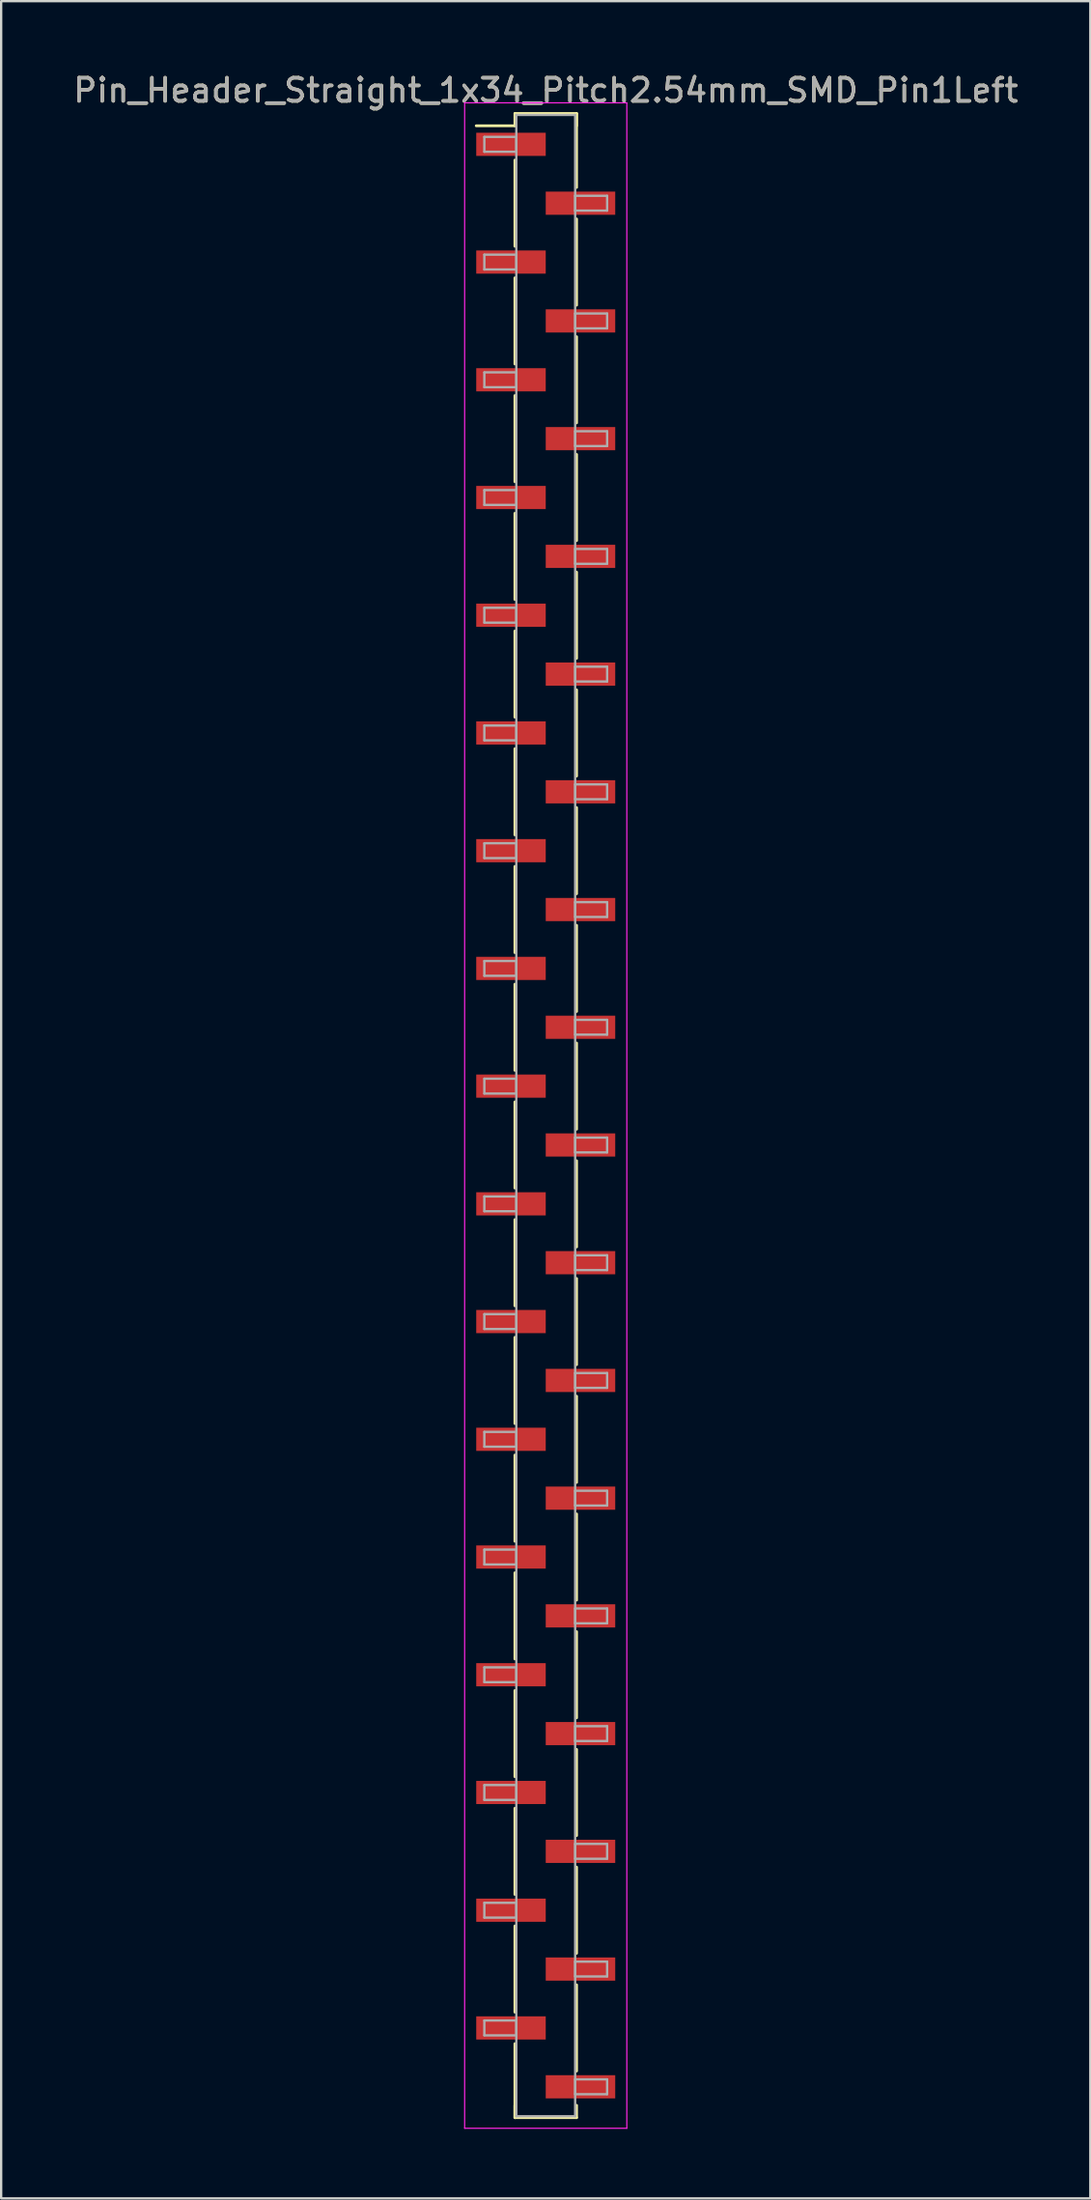
<source format=kicad_pcb>
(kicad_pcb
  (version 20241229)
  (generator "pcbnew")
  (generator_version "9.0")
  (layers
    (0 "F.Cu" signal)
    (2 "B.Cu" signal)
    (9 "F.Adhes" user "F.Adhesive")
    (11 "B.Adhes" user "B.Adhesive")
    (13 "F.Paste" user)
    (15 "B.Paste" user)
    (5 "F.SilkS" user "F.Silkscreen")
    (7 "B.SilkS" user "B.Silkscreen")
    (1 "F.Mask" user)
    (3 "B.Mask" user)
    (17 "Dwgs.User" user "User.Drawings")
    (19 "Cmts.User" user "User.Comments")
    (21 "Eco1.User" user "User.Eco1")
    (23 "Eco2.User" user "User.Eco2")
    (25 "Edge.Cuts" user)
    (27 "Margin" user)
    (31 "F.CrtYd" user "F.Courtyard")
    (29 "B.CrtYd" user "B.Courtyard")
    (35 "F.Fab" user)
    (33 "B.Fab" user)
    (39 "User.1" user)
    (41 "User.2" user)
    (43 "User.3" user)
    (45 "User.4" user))
  (footprint "Pin_Header_Straight_1x34_Pitch2.54mm_SMD_Pin1Left"
    (layer "F.Cu")
    (at 20.506 45.088)
    (property "Reference" "Pin_Header_Straight_1x34_Pitch2.54mm_SMD_Pin1Left" (at 0 -44.24 0) (layer "F.SilkS") (effects (font (size 1 1) (thickness 0.15))))
    (attr smd)
    (fp_line (start -1.33 -43.24) (end 1.33 -43.24) (stroke (width 0.12) (type solid)) (layer "F.SilkS"))
    (fp_line (start -1.33 -42.71) (end -3 -42.71) (stroke (width 0.12) (type solid)) (layer "F.SilkS"))
    (fp_line (start -1.33 -42.71) (end -1.33 -43.24) (stroke (width 0.12) (type solid)) (layer "F.SilkS"))
    (fp_line (start -1.33 -41.23) (end -1.33 -37.51) (stroke (width 0.12) (type solid)) (layer "F.SilkS"))
    (fp_line (start -1.33 -36.15) (end -1.33 -32.43) (stroke (width 0.12) (type solid)) (layer "F.SilkS"))
    (fp_line (start -1.33 -31.07) (end -1.33 -27.35) (stroke (width 0.12) (type solid)) (layer "F.SilkS"))
    (fp_line (start -1.33 -25.99) (end -1.33 -22.27) (stroke (width 0.12) (type solid)) (layer "F.SilkS"))
    (fp_line (start -1.33 -20.91) (end -1.33 -17.19) (stroke (width 0.12) (type solid)) (layer "F.SilkS"))
    (fp_line (start -1.33 -15.83) (end -1.33 -12.11) (stroke (width 0.12) (type solid)) (layer "F.SilkS"))
    (fp_line (start -1.33 -10.75) (end -1.33 -7.03) (stroke (width 0.12) (type solid)) (layer "F.SilkS"))
    (fp_line (start -1.33 -5.67) (end -1.33 -1.95) (stroke (width 0.12) (type solid)) (layer "F.SilkS"))
    (fp_line (start -1.33 -0.59) (end -1.33 3.13) (stroke (width 0.12) (type solid)) (layer "F.SilkS"))
    (fp_line (start -1.33 4.49) (end -1.33 8.21) (stroke (width 0.12) (type solid)) (layer "F.SilkS"))
    (fp_line (start -1.33 9.57) (end -1.33 13.29) (stroke (width 0.12) (type solid)) (layer "F.SilkS"))
    (fp_line (start -1.33 14.65) (end -1.33 18.37) (stroke (width 0.12) (type solid)) (layer "F.SilkS"))
    (fp_line (start -1.33 19.73) (end -1.33 23.45) (stroke (width 0.12) (type solid)) (layer "F.SilkS"))
    (fp_line (start -1.33 24.81) (end -1.33 28.53) (stroke (width 0.12) (type solid)) (layer "F.SilkS"))
    (fp_line (start -1.33 29.89) (end -1.33 33.61) (stroke (width 0.12) (type solid)) (layer "F.SilkS"))
    (fp_line (start -1.33 34.97) (end -1.33 38.69) (stroke (width 0.12) (type solid)) (layer "F.SilkS"))
    (fp_line (start -1.33 40.05) (end -1.33 43.24) (stroke (width 0.12) (type solid)) (layer "F.SilkS"))
    (fp_line (start -1.33 42.71) (end -1.33 43.24) (stroke (width 0.12) (type solid)) (layer "F.SilkS"))
    (fp_line (start -1.33 43.24) (end 1.33 43.24) (stroke (width 0.12) (type solid)) (layer "F.SilkS"))
    (fp_line (start 1.33 -43.24) (end 1.33 -42.71) (stroke (width 0.12) (type solid)) (layer "F.SilkS"))
    (fp_line (start 1.33 -43.24) (end 1.33 -40.05) (stroke (width 0.12) (type solid)) (layer "F.SilkS"))
    (fp_line (start 1.33 -38.69) (end 1.33 -34.97) (stroke (width 0.12) (type solid)) (layer "F.SilkS"))
    (fp_line (start 1.33 -33.61) (end 1.33 -29.89) (stroke (width 0.12) (type solid)) (layer "F.SilkS"))
    (fp_line (start 1.33 -28.53) (end 1.33 -24.81) (stroke (width 0.12) (type solid)) (layer "F.SilkS"))
    (fp_line (start 1.33 -23.45) (end 1.33 -19.73) (stroke (width 0.12) (type solid)) (layer "F.SilkS"))
    (fp_line (start 1.33 -18.37) (end 1.33 -14.65) (stroke (width 0.12) (type solid)) (layer "F.SilkS"))
    (fp_line (start 1.33 -13.29) (end 1.33 -9.57) (stroke (width 0.12) (type solid)) (layer "F.SilkS"))
    (fp_line (start 1.33 -8.21) (end 1.33 -4.49) (stroke (width 0.12) (type solid)) (layer "F.SilkS"))
    (fp_line (start 1.33 -3.13) (end 1.33 0.59) (stroke (width 0.12) (type solid)) (layer "F.SilkS"))
    (fp_line (start 1.33 1.95) (end 1.33 5.67) (stroke (width 0.12) (type solid)) (layer "F.SilkS"))
    (fp_line (start 1.33 7.03) (end 1.33 10.75) (stroke (width 0.12) (type solid)) (layer "F.SilkS"))
    (fp_line (start 1.33 12.11) (end 1.33 15.83) (stroke (width 0.12) (type solid)) (layer "F.SilkS"))
    (fp_line (start 1.33 17.19) (end 1.33 20.91) (stroke (width 0.12) (type solid)) (layer "F.SilkS"))
    (fp_line (start 1.33 22.27) (end 1.33 25.99) (stroke (width 0.12) (type solid)) (layer "F.SilkS"))
    (fp_line (start 1.33 27.35) (end 1.33 31.07) (stroke (width 0.12) (type solid)) (layer "F.SilkS"))
    (fp_line (start 1.33 32.43) (end 1.33 36.15) (stroke (width 0.12) (type solid)) (layer "F.SilkS"))
    (fp_line (start 1.33 37.51) (end 1.33 41.23) (stroke (width 0.12) (type solid)) (layer "F.SilkS"))
    (fp_line (start 1.33 43.24) (end 1.33 42.71) (stroke (width 0.12) (type solid)) (layer "F.SilkS"))
    (fp_line (start -3.5 -43.7) (end -3.5 43.7) (stroke (width 0.05) (type solid)) (layer "F.CrtYd"))
    (fp_line (start -3.5 43.7) (end 3.5 43.7) (stroke (width 0.05) (type solid)) (layer "F.CrtYd"))
    (fp_line (start 3.5 -43.7) (end -3.5 -43.7) (stroke (width 0.05) (type solid)) (layer "F.CrtYd"))
    (fp_line (start 3.5 43.7) (end 3.5 -43.7) (stroke (width 0.05) (type solid)) (layer "F.CrtYd"))
    (fp_line (start -2.65 -42.23) (end -1.27 -42.23) (stroke (width 0.1) (type solid)) (layer "F.Fab"))
    (fp_line (start -2.65 -41.59) (end -2.65 -42.23) (stroke (width 0.1) (type solid)) (layer "F.Fab"))
    (fp_line (start -2.65 -37.15) (end -1.27 -37.15) (stroke (width 0.1) (type solid)) (layer "F.Fab"))
    (fp_line (start -2.65 -36.51) (end -2.65 -37.15) (stroke (width 0.1) (type solid)) (layer "F.Fab"))
    (fp_line (start -2.65 -32.07) (end -1.27 -32.07) (stroke (width 0.1) (type solid)) (layer "F.Fab"))
    (fp_line (start -2.65 -31.43) (end -2.65 -32.07) (stroke (width 0.1) (type solid)) (layer "F.Fab"))
    (fp_line (start -2.65 -26.99) (end -1.27 -26.99) (stroke (width 0.1) (type solid)) (layer "F.Fab"))
    (fp_line (start -2.65 -26.35) (end -2.65 -26.99) (stroke (width 0.1) (type solid)) (layer "F.Fab"))
    (fp_line (start -2.65 -21.91) (end -1.27 -21.91) (stroke (width 0.1) (type solid)) (layer "F.Fab"))
    (fp_line (start -2.65 -21.27) (end -2.65 -21.91) (stroke (width 0.1) (type solid)) (layer "F.Fab"))
    (fp_line (start -2.65 -16.83) (end -1.27 -16.83) (stroke (width 0.1) (type solid)) (layer "F.Fab"))
    (fp_line (start -2.65 -16.19) (end -2.65 -16.83) (stroke (width 0.1) (type solid)) (layer "F.Fab"))
    (fp_line (start -2.65 -11.75) (end -1.27 -11.75) (stroke (width 0.1) (type solid)) (layer "F.Fab"))
    (fp_line (start -2.65 -11.11) (end -2.65 -11.75) (stroke (width 0.1) (type solid)) (layer "F.Fab"))
    (fp_line (start -2.65 -6.67) (end -1.27 -6.67) (stroke (width 0.1) (type solid)) (layer "F.Fab"))
    (fp_line (start -2.65 -6.03) (end -2.65 -6.67) (stroke (width 0.1) (type solid)) (layer "F.Fab"))
    (fp_line (start -2.65 -1.59) (end -1.27 -1.59) (stroke (width 0.1) (type solid)) (layer "F.Fab"))
    (fp_line (start -2.65 -0.95) (end -2.65 -1.59) (stroke (width 0.1) (type solid)) (layer "F.Fab"))
    (fp_line (start -2.65 3.49) (end -1.27 3.49) (stroke (width 0.1) (type solid)) (layer "F.Fab"))
    (fp_line (start -2.65 4.13) (end -2.65 3.49) (stroke (width 0.1) (type solid)) (layer "F.Fab"))
    (fp_line (start -2.65 8.57) (end -1.27 8.57) (stroke (width 0.1) (type solid)) (layer "F.Fab"))
    (fp_line (start -2.65 9.21) (end -2.65 8.57) (stroke (width 0.1) (type solid)) (layer "F.Fab"))
    (fp_line (start -2.65 13.65) (end -1.27 13.65) (stroke (width 0.1) (type solid)) (layer "F.Fab"))
    (fp_line (start -2.65 14.29) (end -2.65 13.65) (stroke (width 0.1) (type solid)) (layer "F.Fab"))
    (fp_line (start -2.65 18.73) (end -1.27 18.73) (stroke (width 0.1) (type solid)) (layer "F.Fab"))
    (fp_line (start -2.65 19.37) (end -2.65 18.73) (stroke (width 0.1) (type solid)) (layer "F.Fab"))
    (fp_line (start -2.65 23.81) (end -1.27 23.81) (stroke (width 0.1) (type solid)) (layer "F.Fab"))
    (fp_line (start -2.65 24.45) (end -2.65 23.81) (stroke (width 0.1) (type solid)) (layer "F.Fab"))
    (fp_line (start -2.65 28.89) (end -1.27 28.89) (stroke (width 0.1) (type solid)) (layer "F.Fab"))
    (fp_line (start -2.65 29.53) (end -2.65 28.89) (stroke (width 0.1) (type solid)) (layer "F.Fab"))
    (fp_line (start -2.65 33.97) (end -1.27 33.97) (stroke (width 0.1) (type solid)) (layer "F.Fab"))
    (fp_line (start -2.65 34.61) (end -2.65 33.97) (stroke (width 0.1) (type solid)) (layer "F.Fab"))
    (fp_line (start -2.65 39.05) (end -1.27 39.05) (stroke (width 0.1) (type solid)) (layer "F.Fab"))
    (fp_line (start -2.65 39.69) (end -2.65 39.05) (stroke (width 0.1) (type solid)) (layer "F.Fab"))
    (fp_line (start -1.27 -43.18) (end -1.27 43.18) (stroke (width 0.1) (type solid)) (layer "F.Fab"))
    (fp_line (start -1.27 -42.23) (end -1.27 -41.59) (stroke (width 0.1) (type solid)) (layer "F.Fab"))
    (fp_line (start -1.27 -41.59) (end -2.65 -41.59) (stroke (width 0.1) (type solid)) (layer "F.Fab"))
    (fp_line (start -1.27 -37.15) (end -1.27 -36.51) (stroke (width 0.1) (type solid)) (layer "F.Fab"))
    (fp_line (start -1.27 -36.51) (end -2.65 -36.51) (stroke (width 0.1) (type solid)) (layer "F.Fab"))
    (fp_line (start -1.27 -32.07) (end -1.27 -31.43) (stroke (width 0.1) (type solid)) (layer "F.Fab"))
    (fp_line (start -1.27 -31.43) (end -2.65 -31.43) (stroke (width 0.1) (type solid)) (layer "F.Fab"))
    (fp_line (start -1.27 -26.99) (end -1.27 -26.35) (stroke (width 0.1) (type solid)) (layer "F.Fab"))
    (fp_line (start -1.27 -26.35) (end -2.65 -26.35) (stroke (width 0.1) (type solid)) (layer "F.Fab"))
    (fp_line (start -1.27 -21.91) (end -1.27 -21.27) (stroke (width 0.1) (type solid)) (layer "F.Fab"))
    (fp_line (start -1.27 -21.27) (end -2.65 -21.27) (stroke (width 0.1) (type solid)) (layer "F.Fab"))
    (fp_line (start -1.27 -16.83) (end -1.27 -16.19) (stroke (width 0.1) (type solid)) (layer "F.Fab"))
    (fp_line (start -1.27 -16.19) (end -2.65 -16.19) (stroke (width 0.1) (type solid)) (layer "F.Fab"))
    (fp_line (start -1.27 -11.75) (end -1.27 -11.11) (stroke (width 0.1) (type solid)) (layer "F.Fab"))
    (fp_line (start -1.27 -11.11) (end -2.65 -11.11) (stroke (width 0.1) (type solid)) (layer "F.Fab"))
    (fp_line (start -1.27 -6.67) (end -1.27 -6.03) (stroke (width 0.1) (type solid)) (layer "F.Fab"))
    (fp_line (start -1.27 -6.03) (end -2.65 -6.03) (stroke (width 0.1) (type solid)) (layer "F.Fab"))
    (fp_line (start -1.27 -1.59) (end -1.27 -0.95) (stroke (width 0.1) (type solid)) (layer "F.Fab"))
    (fp_line (start -1.27 -0.95) (end -2.65 -0.95) (stroke (width 0.1) (type solid)) (layer "F.Fab"))
    (fp_line (start -1.27 3.49) (end -1.27 4.13) (stroke (width 0.1) (type solid)) (layer "F.Fab"))
    (fp_line (start -1.27 4.13) (end -2.65 4.13) (stroke (width 0.1) (type solid)) (layer "F.Fab"))
    (fp_line (start -1.27 8.57) (end -1.27 9.21) (stroke (width 0.1) (type solid)) (layer "F.Fab"))
    (fp_line (start -1.27 9.21) (end -2.65 9.21) (stroke (width 0.1) (type solid)) (layer "F.Fab"))
    (fp_line (start -1.27 13.65) (end -1.27 14.29) (stroke (width 0.1) (type solid)) (layer "F.Fab"))
    (fp_line (start -1.27 14.29) (end -2.65 14.29) (stroke (width 0.1) (type solid)) (layer "F.Fab"))
    (fp_line (start -1.27 18.73) (end -1.27 19.37) (stroke (width 0.1) (type solid)) (layer "F.Fab"))
    (fp_line (start -1.27 19.37) (end -2.65 19.37) (stroke (width 0.1) (type solid)) (layer "F.Fab"))
    (fp_line (start -1.27 23.81) (end -1.27 24.45) (stroke (width 0.1) (type solid)) (layer "F.Fab"))
    (fp_line (start -1.27 24.45) (end -2.65 24.45) (stroke (width 0.1) (type solid)) (layer "F.Fab"))
    (fp_line (start -1.27 28.89) (end -1.27 29.53) (stroke (width 0.1) (type solid)) (layer "F.Fab"))
    (fp_line (start -1.27 29.53) (end -2.65 29.53) (stroke (width 0.1) (type solid)) (layer "F.Fab"))
    (fp_line (start -1.27 33.97) (end -1.27 34.61) (stroke (width 0.1) (type solid)) (layer "F.Fab"))
    (fp_line (start -1.27 34.61) (end -2.65 34.61) (stroke (width 0.1) (type solid)) (layer "F.Fab"))
    (fp_line (start -1.27 39.05) (end -1.27 39.69) (stroke (width 0.1) (type solid)) (layer "F.Fab"))
    (fp_line (start -1.27 39.69) (end -2.65 39.69) (stroke (width 0.1) (type solid)) (layer "F.Fab"))
    (fp_line (start -1.27 43.18) (end 1.27 43.18) (stroke (width 0.1) (type solid)) (layer "F.Fab"))
    (fp_line (start 1.27 -43.18) (end -1.27 -43.18) (stroke (width 0.1) (type solid)) (layer "F.Fab"))
    (fp_line (start 1.27 -39.69) (end 1.27 -39.05) (stroke (width 0.1) (type solid)) (layer "F.Fab"))
    (fp_line (start 1.27 -39.05) (end 2.65 -39.05) (stroke (width 0.1) (type solid)) (layer "F.Fab"))
    (fp_line (start 1.27 -34.61) (end 1.27 -33.97) (stroke (width 0.1) (type solid)) (layer "F.Fab"))
    (fp_line (start 1.27 -33.97) (end 2.65 -33.97) (stroke (width 0.1) (type solid)) (layer "F.Fab"))
    (fp_line (start 1.27 -29.53) (end 1.27 -28.89) (stroke (width 0.1) (type solid)) (layer "F.Fab"))
    (fp_line (start 1.27 -28.89) (end 2.65 -28.89) (stroke (width 0.1) (type solid)) (layer "F.Fab"))
    (fp_line (start 1.27 -24.45) (end 1.27 -23.81) (stroke (width 0.1) (type solid)) (layer "F.Fab"))
    (fp_line (start 1.27 -23.81) (end 2.65 -23.81) (stroke (width 0.1) (type solid)) (layer "F.Fab"))
    (fp_line (start 1.27 -19.37) (end 1.27 -18.73) (stroke (width 0.1) (type solid)) (layer "F.Fab"))
    (fp_line (start 1.27 -18.73) (end 2.65 -18.73) (stroke (width 0.1) (type solid)) (layer "F.Fab"))
    (fp_line (start 1.27 -14.29) (end 1.27 -13.65) (stroke (width 0.1) (type solid)) (layer "F.Fab"))
    (fp_line (start 1.27 -13.65) (end 2.65 -13.65) (stroke (width 0.1) (type solid)) (layer "F.Fab"))
    (fp_line (start 1.27 -9.21) (end 1.27 -8.57) (stroke (width 0.1) (type solid)) (layer "F.Fab"))
    (fp_line (start 1.27 -8.57) (end 2.65 -8.57) (stroke (width 0.1) (type solid)) (layer "F.Fab"))
    (fp_line (start 1.27 -4.13) (end 1.27 -3.49) (stroke (width 0.1) (type solid)) (layer "F.Fab"))
    (fp_line (start 1.27 -3.49) (end 2.65 -3.49) (stroke (width 0.1) (type solid)) (layer "F.Fab"))
    (fp_line (start 1.27 0.95) (end 1.27 1.59) (stroke (width 0.1) (type solid)) (layer "F.Fab"))
    (fp_line (start 1.27 1.59) (end 2.65 1.59) (stroke (width 0.1) (type solid)) (layer "F.Fab"))
    (fp_line (start 1.27 6.03) (end 1.27 6.67) (stroke (width 0.1) (type solid)) (layer "F.Fab"))
    (fp_line (start 1.27 6.67) (end 2.65 6.67) (stroke (width 0.1) (type solid)) (layer "F.Fab"))
    (fp_line (start 1.27 11.11) (end 1.27 11.75) (stroke (width 0.1) (type solid)) (layer "F.Fab"))
    (fp_line (start 1.27 11.75) (end 2.65 11.75) (stroke (width 0.1) (type solid)) (layer "F.Fab"))
    (fp_line (start 1.27 16.19) (end 1.27 16.83) (stroke (width 0.1) (type solid)) (layer "F.Fab"))
    (fp_line (start 1.27 16.83) (end 2.65 16.83) (stroke (width 0.1) (type solid)) (layer "F.Fab"))
    (fp_line (start 1.27 21.27) (end 1.27 21.91) (stroke (width 0.1) (type solid)) (layer "F.Fab"))
    (fp_line (start 1.27 21.91) (end 2.65 21.91) (stroke (width 0.1) (type solid)) (layer "F.Fab"))
    (fp_line (start 1.27 26.35) (end 1.27 26.99) (stroke (width 0.1) (type solid)) (layer "F.Fab"))
    (fp_line (start 1.27 26.99) (end 2.65 26.99) (stroke (width 0.1) (type solid)) (layer "F.Fab"))
    (fp_line (start 1.27 31.43) (end 1.27 32.07) (stroke (width 0.1) (type solid)) (layer "F.Fab"))
    (fp_line (start 1.27 32.07) (end 2.65 32.07) (stroke (width 0.1) (type solid)) (layer "F.Fab"))
    (fp_line (start 1.27 36.51) (end 1.27 37.15) (stroke (width 0.1) (type solid)) (layer "F.Fab"))
    (fp_line (start 1.27 37.15) (end 2.65 37.15) (stroke (width 0.1) (type solid)) (layer "F.Fab"))
    (fp_line (start 1.27 41.59) (end 1.27 42.23) (stroke (width 0.1) (type solid)) (layer "F.Fab"))
    (fp_line (start 1.27 42.23) (end 2.65 42.23) (stroke (width 0.1) (type solid)) (layer "F.Fab"))
    (fp_line (start 1.27 43.18) (end 1.27 -43.18) (stroke (width 0.1) (type solid)) (layer "F.Fab"))
    (fp_line (start 2.65 -39.69) (end 1.27 -39.69) (stroke (width 0.1) (type solid)) (layer "F.Fab"))
    (fp_line (start 2.65 -39.05) (end 2.65 -39.69) (stroke (width 0.1) (type solid)) (layer "F.Fab"))
    (fp_line (start 2.65 -34.61) (end 1.27 -34.61) (stroke (width 0.1) (type solid)) (layer "F.Fab"))
    (fp_line (start 2.65 -33.97) (end 2.65 -34.61) (stroke (width 0.1) (type solid)) (layer "F.Fab"))
    (fp_line (start 2.65 -29.53) (end 1.27 -29.53) (stroke (width 0.1) (type solid)) (layer "F.Fab"))
    (fp_line (start 2.65 -28.89) (end 2.65 -29.53) (stroke (width 0.1) (type solid)) (layer "F.Fab"))
    (fp_line (start 2.65 -24.45) (end 1.27 -24.45) (stroke (width 0.1) (type solid)) (layer "F.Fab"))
    (fp_line (start 2.65 -23.81) (end 2.65 -24.45) (stroke (width 0.1) (type solid)) (layer "F.Fab"))
    (fp_line (start 2.65 -19.37) (end 1.27 -19.37) (stroke (width 0.1) (type solid)) (layer "F.Fab"))
    (fp_line (start 2.65 -18.73) (end 2.65 -19.37) (stroke (width 0.1) (type solid)) (layer "F.Fab"))
    (fp_line (start 2.65 -14.29) (end 1.27 -14.29) (stroke (width 0.1) (type solid)) (layer "F.Fab"))
    (fp_line (start 2.65 -13.65) (end 2.65 -14.29) (stroke (width 0.1) (type solid)) (layer "F.Fab"))
    (fp_line (start 2.65 -9.21) (end 1.27 -9.21) (stroke (width 0.1) (type solid)) (layer "F.Fab"))
    (fp_line (start 2.65 -8.57) (end 2.65 -9.21) (stroke (width 0.1) (type solid)) (layer "F.Fab"))
    (fp_line (start 2.65 -4.13) (end 1.27 -4.13) (stroke (width 0.1) (type solid)) (layer "F.Fab"))
    (fp_line (start 2.65 -3.49) (end 2.65 -4.13) (stroke (width 0.1) (type solid)) (layer "F.Fab"))
    (fp_line (start 2.65 0.95) (end 1.27 0.95) (stroke (width 0.1) (type solid)) (layer "F.Fab"))
    (fp_line (start 2.65 1.59) (end 2.65 0.95) (stroke (width 0.1) (type solid)) (layer "F.Fab"))
    (fp_line (start 2.65 6.03) (end 1.27 6.03) (stroke (width 0.1) (type solid)) (layer "F.Fab"))
    (fp_line (start 2.65 6.67) (end 2.65 6.03) (stroke (width 0.1) (type solid)) (layer "F.Fab"))
    (fp_line (start 2.65 11.11) (end 1.27 11.11) (stroke (width 0.1) (type solid)) (layer "F.Fab"))
    (fp_line (start 2.65 11.75) (end 2.65 11.11) (stroke (width 0.1) (type solid)) (layer "F.Fab"))
    (fp_line (start 2.65 16.19) (end 1.27 16.19) (stroke (width 0.1) (type solid)) (layer "F.Fab"))
    (fp_line (start 2.65 16.83) (end 2.65 16.19) (stroke (width 0.1) (type solid)) (layer "F.Fab"))
    (fp_line (start 2.65 21.27) (end 1.27 21.27) (stroke (width 0.1) (type solid)) (layer "F.Fab"))
    (fp_line (start 2.65 21.91) (end 2.65 21.27) (stroke (width 0.1) (type solid)) (layer "F.Fab"))
    (fp_line (start 2.65 26.35) (end 1.27 26.35) (stroke (width 0.1) (type solid)) (layer "F.Fab"))
    (fp_line (start 2.65 26.99) (end 2.65 26.35) (stroke (width 0.1) (type solid)) (layer "F.Fab"))
    (fp_line (start 2.65 31.43) (end 1.27 31.43) (stroke (width 0.1) (type solid)) (layer "F.Fab"))
    (fp_line (start 2.65 32.07) (end 2.65 31.43) (stroke (width 0.1) (type solid)) (layer "F.Fab"))
    (fp_line (start 2.65 36.51) (end 1.27 36.51) (stroke (width 0.1) (type solid)) (layer "F.Fab"))
    (fp_line (start 2.65 37.15) (end 2.65 36.51) (stroke (width 0.1) (type solid)) (layer "F.Fab"))
    (fp_line (start 2.65 41.59) (end 1.27 41.59) (stroke (width 0.1) (type solid)) (layer "F.Fab"))
    (fp_line (start 2.65 42.23) (end 2.65 41.59) (stroke (width 0.1) (type solid)) (layer "F.Fab"))
    (fp_text user "${REFERENCE}" (at 0 -44.24 0) (layer "F.Fab") (effects (font (size 1 1) (thickness 0.15))))
    (pad "1" smd rect (at -1.5 -41.91) (size 3 1) (layers "F.Cu" "F.Mask" "F.Paste"))
    (pad "2" smd rect (at 1.5 -39.37) (size 3 1) (layers "F.Cu" "F.Mask" "F.Paste"))
    (pad "3" smd rect (at -1.5 -36.83) (size 3 1) (layers "F.Cu" "F.Mask" "F.Paste"))
    (pad "4" smd rect (at 1.5 -34.29) (size 3 1) (layers "F.Cu" "F.Mask" "F.Paste"))
    (pad "5" smd rect (at -1.5 -31.75) (size 3 1) (layers "F.Cu" "F.Mask" "F.Paste"))
    (pad "6" smd rect (at 1.5 -29.21) (size 3 1) (layers "F.Cu" "F.Mask" "F.Paste"))
    (pad "7" smd rect (at -1.5 -26.67) (size 3 1) (layers "F.Cu" "F.Mask" "F.Paste"))
    (pad "8" smd rect (at 1.5 -24.13) (size 3 1) (layers "F.Cu" "F.Mask" "F.Paste"))
    (pad "9" smd rect (at -1.5 -21.59) (size 3 1) (layers "F.Cu" "F.Mask" "F.Paste"))
    (pad "10" smd rect (at 1.5 -19.05) (size 3 1) (layers "F.Cu" "F.Mask" "F.Paste"))
    (pad "11" smd rect (at -1.5 -16.51) (size 3 1) (layers "F.Cu" "F.Mask" "F.Paste"))
    (pad "12" smd rect (at 1.5 -13.97) (size 3 1) (layers "F.Cu" "F.Mask" "F.Paste"))
    (pad "13" smd rect (at -1.5 -11.43) (size 3 1) (layers "F.Cu" "F.Mask" "F.Paste"))
    (pad "14" smd rect (at 1.5 -8.89) (size 3 1) (layers "F.Cu" "F.Mask" "F.Paste"))
    (pad "15" smd rect (at -1.5 -6.35) (size 3 1) (layers "F.Cu" "F.Mask" "F.Paste"))
    (pad "16" smd rect (at 1.5 -3.81) (size 3 1) (layers "F.Cu" "F.Mask" "F.Paste"))
    (pad "17" smd rect (at -1.5 -1.27) (size 3 1) (layers "F.Cu" "F.Mask" "F.Paste"))
    (pad "18" smd rect (at 1.5 1.27) (size 3 1) (layers "F.Cu" "F.Mask" "F.Paste"))
    (pad "19" smd rect (at -1.5 3.81) (size 3 1) (layers "F.Cu" "F.Mask" "F.Paste"))
    (pad "20" smd rect (at 1.5 6.35) (size 3 1) (layers "F.Cu" "F.Mask" "F.Paste"))
    (pad "21" smd rect (at -1.5 8.89) (size 3 1) (layers "F.Cu" "F.Mask" "F.Paste"))
    (pad "22" smd rect (at 1.5 11.43) (size 3 1) (layers "F.Cu" "F.Mask" "F.Paste"))
    (pad "23" smd rect (at -1.5 13.97) (size 3 1) (layers "F.Cu" "F.Mask" "F.Paste"))
    (pad "24" smd rect (at 1.5 16.51) (size 3 1) (layers "F.Cu" "F.Mask" "F.Paste"))
    (pad "25" smd rect (at -1.5 19.05) (size 3 1) (layers "F.Cu" "F.Mask" "F.Paste"))
    (pad "26" smd rect (at 1.5 21.59) (size 3 1) (layers "F.Cu" "F.Mask" "F.Paste"))
    (pad "27" smd rect (at -1.5 24.13) (size 3 1) (layers "F.Cu" "F.Mask" "F.Paste"))
    (pad "28" smd rect (at 1.5 26.67) (size 3 1) (layers "F.Cu" "F.Mask" "F.Paste"))
    (pad "29" smd rect (at -1.5 29.21) (size 3 1) (layers "F.Cu" "F.Mask" "F.Paste"))
    (pad "30" smd rect (at 1.5 31.75) (size 3 1) (layers "F.Cu" "F.Mask" "F.Paste"))
    (pad "31" smd rect (at -1.5 34.29) (size 3 1) (layers "F.Cu" "F.Mask" "F.Paste"))
    (pad "32" smd rect (at 1.5 36.83) (size 3 1) (layers "F.Cu" "F.Mask" "F.Paste"))
    (pad "33" smd rect (at -1.5 39.37) (size 3 1) (layers "F.Cu" "F.Mask" "F.Paste"))
    (pad "34" smd rect (at 1.5 41.91) (size 3 1) (layers "F.Cu" "F.Mask" "F.Paste")))
  (gr_rect
    (start -3 -3)
    (end 44.012 91.813)
    (stroke (width 0.1) (type default))
    (fill no)
    (layer "Edge.Cuts")))
</source>
